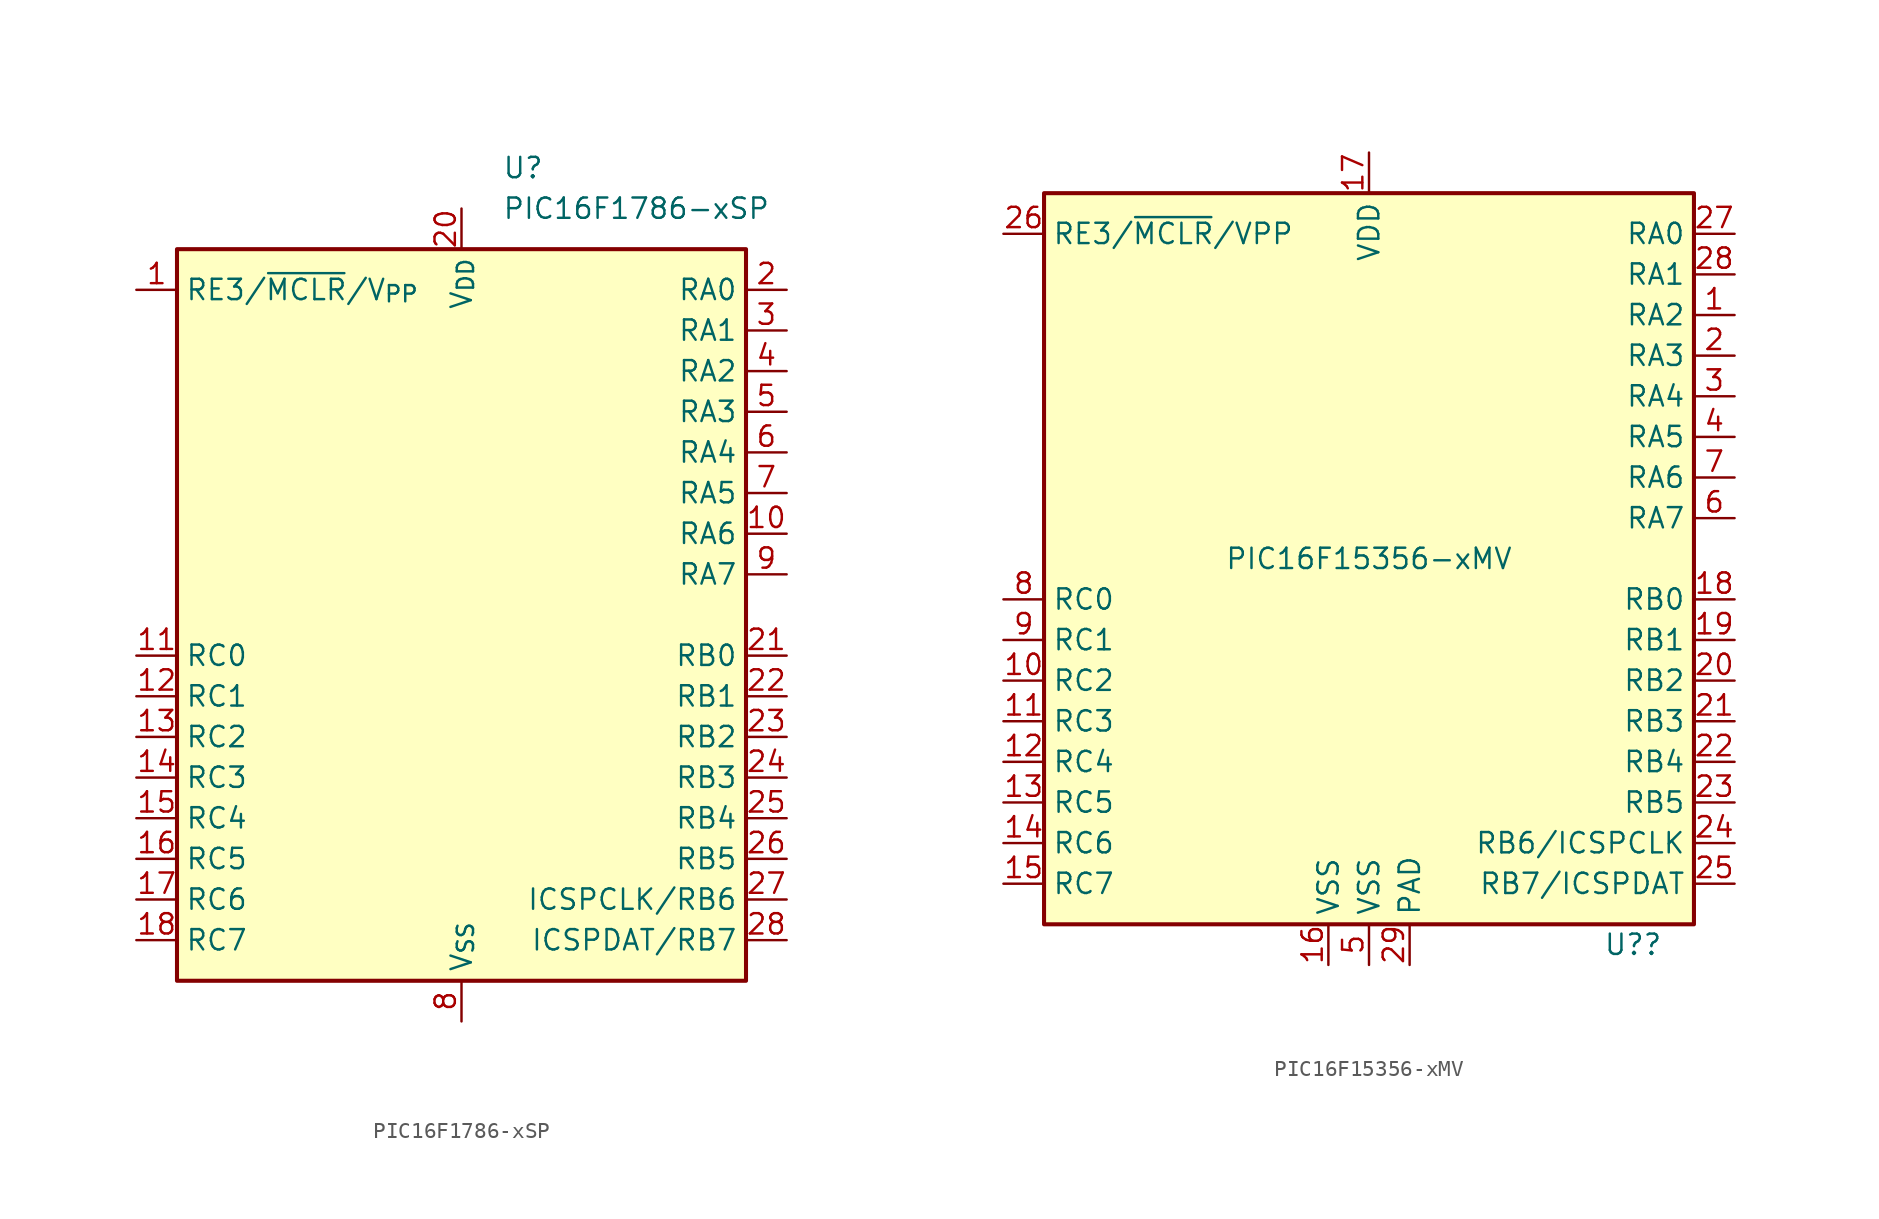
<source format=kicad_sym>
(kicad_symbol_lib
  (version 20220914)
  (generator kicad_symbol_editor)
  (symbol "PIC16F1786-xSP"
    (property "Reference" "U"
      (at 2.54 27.94 0)
      (effects (font (size 1.27 1.27)) (justify left)))
    (property "Value" "PIC16F1786-xSP"
      (at 2.54 25.4 0)
      (effects (font (size 1.27 1.27)) (justify left)))
    (symbol "PIC16F1786-xSP_0_1"
      (rectangle (start -17.78 -22.86) (end 17.78 22.86) (stroke (width 0.254) (type default)) (fill (type background))))
    (symbol "PIC16F1786-xSP_1_1"
      (pin input line (at -20.32 20.32 0) (length 2.54) (name "RE3/~{MCLR}/V_{PP}" (effects (font (size 1.27 1.27)))) (number "1" (effects (font (size 1.27 1.27)))))
      (pin bidirectional line (at 20.32 5.08 180) (length 2.54) (name "RA6" (effects (font (size 1.27 1.27)))) (number "10" (effects (font (size 1.27 1.27)))))
      (pin bidirectional line (at -20.32 -2.54 0) (length 2.54) (name "RC0" (effects (font (size 1.27 1.27)))) (number "11" (effects (font (size 1.27 1.27)))))
      (pin bidirectional line (at -20.32 -5.08 0) (length 2.54) (name "RC1" (effects (font (size 1.27 1.27)))) (number "12" (effects (font (size 1.27 1.27)))))
      (pin bidirectional line (at -20.32 -7.62 0) (length 2.54) (name "RC2" (effects (font (size 1.27 1.27)))) (number "13" (effects (font (size 1.27 1.27)))))
      (pin bidirectional line (at -20.32 -10.16 0) (length 2.54) (name "RC3" (effects (font (size 1.27 1.27)))) (number "14" (effects (font (size 1.27 1.27)))))
      (pin bidirectional line (at -20.32 -12.7 0) (length 2.54) (name "RC4" (effects (font (size 1.27 1.27)))) (number "15" (effects (font (size 1.27 1.27)))))
      (pin bidirectional line (at -20.32 -15.24 0) (length 2.54) (name "RC5" (effects (font (size 1.27 1.27)))) (number "16" (effects (font (size 1.27 1.27)))))
      (pin bidirectional line (at -20.32 -17.78 0) (length 2.54) (name "RC6" (effects (font (size 1.27 1.27)))) (number "17" (effects (font (size 1.27 1.27)))))
      (pin bidirectional line (at -20.32 -20.32 0) (length 2.54) (name "RC7" (effects (font (size 1.27 1.27)))) (number "18" (effects (font (size 1.27 1.27)))))
      (pin passive line (at 0 -25.4 90) (length 2.54) hide (name "V_{SS}" (effects (font (size 1.27 1.27)))) (number "19" (effects (font (size 1.27 1.27)))))
      (pin bidirectional line (at 20.32 20.32 180) (length 2.54) (name "RA0" (effects (font (size 1.27 1.27)))) (number "2" (effects (font (size 1.27 1.27)))))
      (pin power_in line (at 0 25.4 270) (length 2.54) (name "V_{DD}" (effects (font (size 1.27 1.27)))) (number "20" (effects (font (size 1.27 1.27)))))
      (pin bidirectional line (at 20.32 -2.54 180) (length 2.54) (name "RB0" (effects (font (size 1.27 1.27)))) (number "21" (effects (font (size 1.27 1.27)))))
      (pin bidirectional line (at 20.32 -5.08 180) (length 2.54) (name "RB1" (effects (font (size 1.27 1.27)))) (number "22" (effects (font (size 1.27 1.27)))))
      (pin bidirectional line (at 20.32 -7.62 180) (length 2.54) (name "RB2" (effects (font (size 1.27 1.27)))) (number "23" (effects (font (size 1.27 1.27)))))
      (pin bidirectional line (at 20.32 -10.16 180) (length 2.54) (name "RB3" (effects (font (size 1.27 1.27)))) (number "24" (effects (font (size 1.27 1.27)))))
      (pin bidirectional line (at 20.32 -12.7 180) (length 2.54) (name "RB4" (effects (font (size 1.27 1.27)))) (number "25" (effects (font (size 1.27 1.27)))))
      (pin bidirectional line (at 20.32 -15.24 180) (length 2.54) (name "RB5" (effects (font (size 1.27 1.27)))) (number "26" (effects (font (size 1.27 1.27)))))
      (pin bidirectional line (at 20.32 -17.78 180) (length 2.54) (name "ICSPCLK/RB6" (effects (font (size 1.27 1.27)))) (number "27" (effects (font (size 1.27 1.27)))))
      (pin bidirectional line (at 20.32 -20.32 180) (length 2.54) (name "ICSPDAT/RB7" (effects (font (size 1.27 1.27)))) (number "28" (effects (font (size 1.27 1.27)))))
      (pin bidirectional line (at 20.32 17.78 180) (length 2.54) (name "RA1" (effects (font (size 1.27 1.27)))) (number "3" (effects (font (size 1.27 1.27)))))
      (pin bidirectional line (at 20.32 15.24 180) (length 2.54) (name "RA2" (effects (font (size 1.27 1.27)))) (number "4" (effects (font (size 1.27 1.27)))))
      (pin bidirectional line (at 20.32 12.7 180) (length 2.54) (name "RA3" (effects (font (size 1.27 1.27)))) (number "5" (effects (font (size 1.27 1.27)))))
      (pin bidirectional line (at 20.32 10.16 180) (length 2.54) (name "RA4" (effects (font (size 1.27 1.27)))) (number "6" (effects (font (size 1.27 1.27)))))
      (pin bidirectional line (at 20.32 7.62 180) (length 2.54) (name "RA5" (effects (font (size 1.27 1.27)))) (number "7" (effects (font (size 1.27 1.27)))))
      (pin power_in line (at 0 -25.4 90) (length 2.54) (name "V_{SS}" (effects (font (size 1.27 1.27)))) (number "8" (effects (font (size 1.27 1.27)))))
      (pin bidirectional line (at 20.32 2.54 180) (length 2.54) (name "RA7" (effects (font (size 1.27 1.27)))) (number "9" (effects (font (size 1.27 1.27)))))))
  (symbol "PIC16F15356-xMV"
    (property "Reference" "U?"
      (at 16.51 -24.13 0)
      (effects (font (size 1.27 1.27))))
    (property "Value" "PIC16F15356-xMV"
      (at 0 0 0)
      (effects (font (size 1.27 1.27))))
    (symbol "PIC16F15356-xMV_0_0"
      (pin power_in line (at 2.54 -25.4 90) (length 2.54) (name "PAD" (effects (font (size 1.27 1.27)))) (number "29" (effects (font (size 1.27 1.27))))))
    (symbol "PIC16F15356-xMV_0_1"
      (rectangle (start -20.32 -22.86) (end 20.32 22.86) (stroke (width 0.254) (type default)) (fill (type background))))
    (symbol "PIC16F15356-xMV_1_1"
      (pin bidirectional line (at 22.86 15.24 180) (length 2.54) (name "RA2" (effects (font (size 1.27 1.27)))) (number "1" (effects (font (size 1.27 1.27)))))
      (pin bidirectional line (at -22.86 -7.62 0) (length 2.54) (name "RC2" (effects (font (size 1.27 1.27)))) (number "10" (effects (font (size 1.27 1.27)))))
      (pin bidirectional line (at -22.86 -10.16 0) (length 2.54) (name "RC3" (effects (font (size 1.27 1.27)))) (number "11" (effects (font (size 1.27 1.27)))))
      (pin bidirectional line (at -22.86 -12.7 0) (length 2.54) (name "RC4" (effects (font (size 1.27 1.27)))) (number "12" (effects (font (size 1.27 1.27)))))
      (pin bidirectional line (at -22.86 -15.24 0) (length 2.54) (name "RC5" (effects (font (size 1.27 1.27)))) (number "13" (effects (font (size 1.27 1.27)))))
      (pin bidirectional line (at -22.86 -17.78 0) (length 2.54) (name "RC6" (effects (font (size 1.27 1.27)))) (number "14" (effects (font (size 1.27 1.27)))))
      (pin bidirectional line (at -22.86 -20.32 0) (length 2.54) (name "RC7" (effects (font (size 1.27 1.27)))) (number "15" (effects (font (size 1.27 1.27)))))
      (pin power_in line (at -2.54 -25.4 90) (length 2.54) (name "VSS" (effects (font (size 1.27 1.27)))) (number "16" (effects (font (size 1.27 1.27)))))
      (pin power_in line (at 0 25.4 270) (length 2.54) (name "VDD" (effects (font (size 1.27 1.27)))) (number "17" (effects (font (size 1.27 1.27)))))
      (pin bidirectional line (at 22.86 -2.54 180) (length 2.54) (name "RB0" (effects (font (size 1.27 1.27)))) (number "18" (effects (font (size 1.27 1.27)))))
      (pin bidirectional line (at 22.86 -5.08 180) (length 2.54) (name "RB1" (effects (font (size 1.27 1.27)))) (number "19" (effects (font (size 1.27 1.27)))))
      (pin bidirectional line (at 22.86 12.7 180) (length 2.54) (name "RA3" (effects (font (size 1.27 1.27)))) (number "2" (effects (font (size 1.27 1.27)))))
      (pin bidirectional line (at 22.86 -7.62 180) (length 2.54) (name "RB2" (effects (font (size 1.27 1.27)))) (number "20" (effects (font (size 1.27 1.27)))))
      (pin bidirectional line (at 22.86 -10.16 180) (length 2.54) (name "RB3" (effects (font (size 1.27 1.27)))) (number "21" (effects (font (size 1.27 1.27)))))
      (pin bidirectional line (at 22.86 -12.7 180) (length 2.54) (name "RB4" (effects (font (size 1.27 1.27)))) (number "22" (effects (font (size 1.27 1.27)))))
      (pin bidirectional line (at 22.86 -15.24 180) (length 2.54) (name "RB5" (effects (font (size 1.27 1.27)))) (number "23" (effects (font (size 1.27 1.27)))))
      (pin bidirectional line (at 22.86 -17.78 180) (length 2.54) (name "RB6/ICSPCLK" (effects (font (size 1.27 1.27)))) (number "24" (effects (font (size 1.27 1.27)))))
      (pin bidirectional line (at 22.86 -20.32 180) (length 2.54) (name "RB7/ICSPDAT" (effects (font (size 1.27 1.27)))) (number "25" (effects (font (size 1.27 1.27)))))
      (pin bidirectional line (at -22.86 20.32 0) (length 2.54) (name "RE3/~{MCLR}/VPP" (effects (font (size 1.27 1.27)))) (number "26" (effects (font (size 1.27 1.27)))))
      (pin bidirectional line (at 22.86 20.32 180) (length 2.54) (name "RA0" (effects (font (size 1.27 1.27)))) (number "27" (effects (font (size 1.27 1.27)))))
      (pin bidirectional line (at 22.86 17.78 180) (length 2.54) (name "RA1" (effects (font (size 1.27 1.27)))) (number "28" (effects (font (size 1.27 1.27)))))
      (pin bidirectional line (at 22.86 10.16 180) (length 2.54) (name "RA4" (effects (font (size 1.27 1.27)))) (number "3" (effects (font (size 1.27 1.27)))))
      (pin bidirectional line (at 22.86 7.62 180) (length 2.54) (name "RA5" (effects (font (size 1.27 1.27)))) (number "4" (effects (font (size 1.27 1.27)))))
      (pin power_in line (at 0 -25.4 90) (length 2.54) (name "VSS" (effects (font (size 1.27 1.27)))) (number "5" (effects (font (size 1.27 1.27)))))
      (pin bidirectional line (at 22.86 2.54 180) (length 2.54) (name "RA7" (effects (font (size 1.27 1.27)))) (number "6" (effects (font (size 1.27 1.27)))))
      (pin bidirectional line (at 22.86 5.08 180) (length 2.54) (name "RA6" (effects (font (size 1.27 1.27)))) (number "7" (effects (font (size 1.27 1.27)))))
      (pin bidirectional line (at -22.86 -2.54 0) (length 2.54) (name "RC0" (effects (font (size 1.27 1.27)))) (number "8" (effects (font (size 1.27 1.27)))))
      (pin bidirectional line (at -22.86 -5.08 0) (length 2.54) (name "RC1" (effects (font (size 1.27 1.27)))) (number "9" (effects (font (size 1.27 1.27))))))))
</source>
